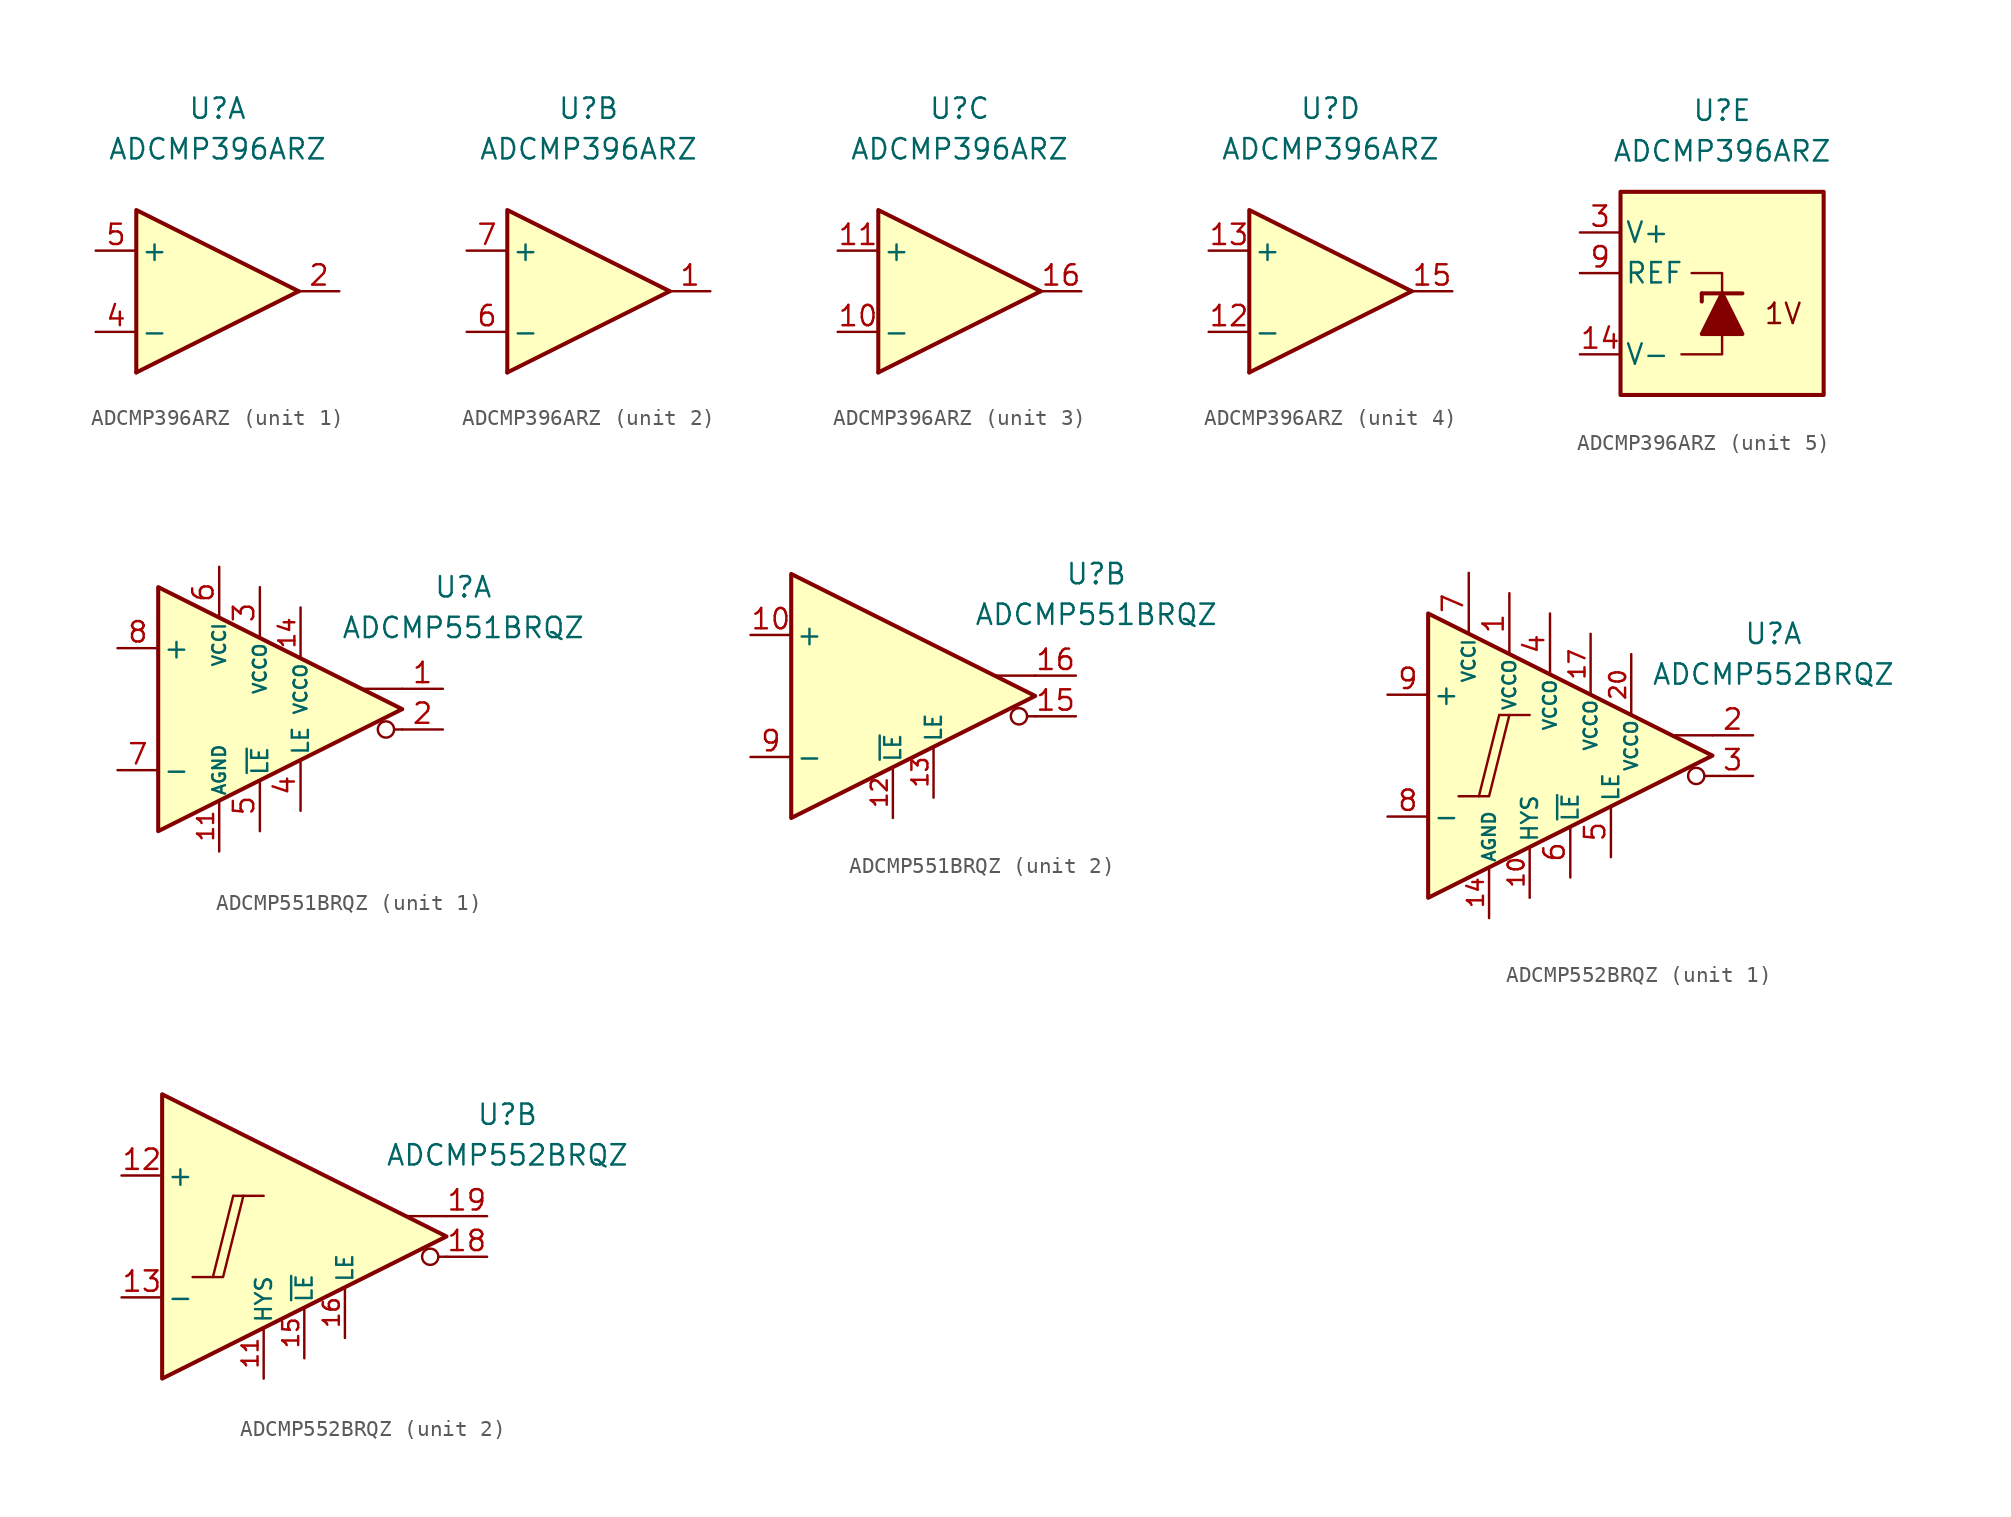
<source format=kicad_sym>
(kicad_symbol_lib
  (version 20231120)
  (generator "kicad_symbol_editor")
  (generator_version "8.0")
  (symbol "ADCMP396ARZ"
    (pin_names
      (offset 0.254))
    (property "Reference" "U"
      (at 0 11.43 0)
      (effects (font (size 1.27 1.27))))
    (property "Value" "ADCMP396ARZ"
      (at 0 8.89 0)
      (effects (font (size 1.27 1.27))))
    (property "ki_locked" ""
      (at 0 0 0)
      (effects (font (size 1.27 1.27))))
    (symbol "ADCMP396ARZ_1_0"
      (polyline (pts (xy 5.08 0) (xy -5.08 -5.08)) (stroke (width 0.254) (type default)) (fill (type none)))
      (polyline (pts (xy 5.08 0) (xy -5.08 5.08) (xy -5.08 -5.08)) (stroke (width 0.254) (type default)) (fill (type background))))
    (symbol "ADCMP396ARZ_1_1"
      (pin output line (at 7.62 0 180) (length 2.54) (name "~" (effects (font (size 1.27 1.27)))) (number "2" (effects (font (size 1.27 1.27)))))
      (pin input line (at -7.62 -2.54 0) (length 2.54) (name "-" (effects (font (size 1.27 1.27)))) (number "4" (effects (font (size 1.27 1.27)))))
      (pin input line (at -7.62 2.54 0) (length 2.54) (name "+" (effects (font (size 1.27 1.27)))) (number "5" (effects (font (size 1.27 1.27)))))
      (pin free line (at -3.81 0 0) (length 2.54) hide (name "NC" (effects (font (size 1.27 1.27)))) (number "8" (effects (font (size 1.27 1.27))))))
    (symbol "ADCMP396ARZ_2_0"
      (polyline (pts (xy 5.08 0) (xy -5.08 -5.08)) (stroke (width 0.254) (type default)) (fill (type none)))
      (polyline (pts (xy 5.08 0) (xy -5.08 5.08) (xy -5.08 -5.08)) (stroke (width 0.254) (type default)) (fill (type background))))
    (symbol "ADCMP396ARZ_2_1"
      (pin output line (at 7.62 0 180) (length 2.54) (name "~" (effects (font (size 1.27 1.27)))) (number "1" (effects (font (size 1.27 1.27)))))
      (pin input line (at -7.62 -2.54 0) (length 2.54) (name "-" (effects (font (size 1.27 1.27)))) (number "6" (effects (font (size 1.27 1.27)))))
      (pin input line (at -7.62 2.54 0) (length 2.54) (name "+" (effects (font (size 1.27 1.27)))) (number "7" (effects (font (size 1.27 1.27))))))
    (symbol "ADCMP396ARZ_3_0"
      (polyline (pts (xy 5.08 0) (xy -5.08 -5.08)) (stroke (width 0.254) (type default)) (fill (type none)))
      (polyline (pts (xy 5.08 0) (xy -5.08 5.08) (xy -5.08 -5.08)) (stroke (width 0.254) (type default)) (fill (type background))))
    (symbol "ADCMP396ARZ_3_1"
      (pin input line (at -7.62 -2.54 0) (length 2.54) (name "-" (effects (font (size 1.27 1.27)))) (number "10" (effects (font (size 1.27 1.27)))))
      (pin input line (at -7.62 2.54 0) (length 2.54) (name "+" (effects (font (size 1.27 1.27)))) (number "11" (effects (font (size 1.27 1.27)))))
      (pin output line (at 7.62 0 180) (length 2.54) (name "~" (effects (font (size 1.27 1.27)))) (number "16" (effects (font (size 1.27 1.27))))))
    (symbol "ADCMP396ARZ_4_0"
      (polyline (pts (xy 5.08 0) (xy -5.08 -5.08)) (stroke (width 0.254) (type default)) (fill (type none)))
      (polyline (pts (xy 5.08 0) (xy -5.08 5.08) (xy -5.08 -5.08)) (stroke (width 0.254) (type default)) (fill (type background))))
    (symbol "ADCMP396ARZ_4_1"
      (pin input line (at -7.62 -2.54 0) (length 2.54) (name "-" (effects (font (size 1.27 1.27)))) (number "12" (effects (font (size 1.27 1.27)))))
      (pin input line (at -7.62 2.54 0) (length 2.54) (name "+" (effects (font (size 1.27 1.27)))) (number "13" (effects (font (size 1.27 1.27)))))
      (pin output line (at 7.62 0 180) (length 2.54) (name "~" (effects (font (size 1.27 1.27)))) (number "15" (effects (font (size 1.27 1.27))))))
    (symbol "ADCMP396ARZ_5_0"
      (rectangle (start -6.35 6.35) (end 6.35 -6.35) (stroke (width 0.254) (type default)) (fill (type background)))
      (polyline (pts (xy 0 -2.54) (xy 0 -3.81) (xy -2.54 -3.81)) (stroke (width 0.152) (type default)) (fill (type none)))
      (polyline (pts (xy 0 0) (xy 0 1.27) (xy -1.905 1.27)) (stroke (width 0.152) (type default)) (fill (type none)))
      (text "1V" (at 3.81 -1.27 0) (effects (font (size 1.27 1.27)))))
    (symbol "ADCMP396ARZ_5_1"
      (polyline (pts (xy -1.27 0) (xy -1.27 -0.508)) (stroke (width 0.254) (type default)) (fill (type none)))
      (polyline (pts (xy -1.27 0) (xy 1.27 0)) (stroke (width 0.254) (type default)) (fill (type none)))
      (polyline (pts (xy 1.27 -2.54) (xy -1.27 -2.54) (xy 0 0) (xy 1.27 -2.54)) (stroke (width 0.254) (type default)) (fill (type outline)))
      (pin power_in line (at -8.89 -3.81 0) (length 2.54) (name "V-" (effects (font (size 1.27 1.27)))) (number "14" (effects (font (size 1.27 1.27)))))
      (pin power_in line (at -8.89 3.81 0) (length 2.54) (name "V+" (effects (font (size 1.27 1.27)))) (number "3" (effects (font (size 1.27 1.27)))))
      (pin output line (at -8.89 1.27 0) (length 2.54) (name "REF" (effects (font (size 1.27 1.27)))) (number "9" (effects (font (size 1.27 1.27)))))))
  (symbol "ADCMP551BRQZ"
    (pin_names
      (offset 0.254))
    (property "Reference" "U"
      (at 12.7 7.62 0)
      (effects (font (size 1.27 1.27))))
    (property "Value" "ADCMP551BRQZ"
      (at 12.7 5.08 0)
      (effects (font (size 1.27 1.27))))
    (property "ki_locked" ""
      (at 0 0 0)
      (effects (font (size 1.27 1.27))))
    (symbol "ADCMP551BRQZ_1_0"
      (polyline (pts (xy 8.89 -1.27) (xy 8.382 -1.27)) (stroke (width 0.152) (type default)) (fill (type none)))
      (polyline (pts (xy 8.89 1.27) (xy 6.35 1.27)) (stroke (width 0.152) (type default)) (fill (type none)))
      (polyline (pts (xy 8.89 0) (xy -6.35 7.62) (xy -6.35 -7.62) (xy 8.89 0)) (stroke (width 0.254) (type default)) (fill (type background)))
      (circle (center 7.874 -1.27) (radius 0.508) (stroke (width 0.152) (type default)) (fill (type none))))
    (symbol "ADCMP551BRQZ_1_1"
      (pin output line (at 11.43 1.27 180) (length 2.54) (name "~" (effects (font (size 1.27 1.27)))) (number "1" (effects (font (size 1.27 1.27)))))
      (pin power_in line (at -2.54 -8.89 90) (length 3.18) (name "AGND" (effects (font (size 0.8 0.8)))) (number "11" (effects (font (size 1 1)))))
      (pin power_in line (at 2.54 6.35 270) (length 3.18) (name "VCCO" (effects (font (size 0.8 0.8)))) (number "14" (effects (font (size 1 1)))))
      (pin output line (at 11.43 -1.27 180) (length 2.54) (name "~" (effects (font (size 1.27 1.27)))) (number "2" (effects (font (size 1.27 1.27)))))
      (pin power_in line (at 0 7.62 270) (length 3.18) (name "VCCO" (effects (font (size 0.8 0.8)))) (number "3" (effects (font (size 1.27 1.27)))))
      (pin input line (at 2.54 -6.35 90) (length 3.18) (name "LE" (effects (font (size 1 1)))) (number "4" (effects (font (size 1.27 1.27)))))
      (pin input line (at 0 -7.62 90) (length 3.18) (name "~{LE}" (effects (font (size 1 1)))) (number "5" (effects (font (size 1.27 1.27)))))
      (pin power_in line (at -2.54 8.89 270) (length 3.18) (name "VCCI" (effects (font (size 0.8 0.8)))) (number "6" (effects (font (size 1.27 1.27)))))
      (pin input line (at -8.89 -3.81 0) (length 2.54) (name "-" (effects (font (size 1.27 1.27)))) (number "7" (effects (font (size 1.27 1.27)))))
      (pin input line (at -8.89 3.81 0) (length 2.54) (name "+" (effects (font (size 1.27 1.27)))) (number "8" (effects (font (size 1.27 1.27))))))
    (symbol "ADCMP551BRQZ_2_0"
      (polyline (pts (xy 8.89 -1.27) (xy 8.382 -1.27)) (stroke (width 0.152) (type default)) (fill (type none)))
      (polyline (pts (xy 8.89 1.27) (xy 6.35 1.27)) (stroke (width 0.152) (type default)) (fill (type none)))
      (polyline (pts (xy 8.89 0) (xy -6.35 7.62) (xy -6.35 -7.62) (xy 8.89 0)) (stroke (width 0.254) (type default)) (fill (type background)))
      (circle (center 7.874 -1.27) (radius 0.508) (stroke (width 0.152) (type default)) (fill (type none))))
    (symbol "ADCMP551BRQZ_2_1"
      (pin input line (at -8.89 3.81 0) (length 2.54) (name "+" (effects (font (size 1.27 1.27)))) (number "10" (effects (font (size 1.27 1.27)))))
      (pin input line (at 0 -7.62 90) (length 3.18) (name "~{LE}" (effects (font (size 1 1)))) (number "12" (effects (font (size 1 1)))))
      (pin input line (at 2.54 -6.35 90) (length 3.18) (name "LE" (effects (font (size 1 1)))) (number "13" (effects (font (size 1 1)))))
      (pin output line (at 11.43 -1.27 180) (length 2.54) (name "~" (effects (font (size 1.27 1.27)))) (number "15" (effects (font (size 1.27 1.27)))))
      (pin output line (at 11.43 1.27 180) (length 2.54) (name "~" (effects (font (size 1.27 1.27)))) (number "16" (effects (font (size 1.27 1.27)))))
      (pin input line (at -8.89 -3.81 0) (length 2.54) (name "-" (effects (font (size 1.27 1.27)))) (number "9" (effects (font (size 1.27 1.27)))))))
  (symbol "ADCMP552BRQZ"
    (pin_names
      (offset 0.254))
    (property "Reference" "U"
      (at 12.7 7.62 0)
      (effects (font (size 1.27 1.27))))
    (property "Value" "ADCMP552BRQZ"
      (at 12.7 5.08 0)
      (effects (font (size 1.27 1.27))))
    (property "ki_locked" ""
      (at 0 0 0)
      (effects (font (size 1.27 1.27))))
    (symbol "ADCMP552BRQZ_0_0"
      (polyline (pts (xy -6.985 -2.54) (xy -5.715 -2.54)) (stroke (width 0.152) (type default)) (fill (type none)))
      (polyline (pts (xy -4.445 2.54) (xy -2.54 2.54)) (stroke (width 0.152) (type default)) (fill (type none)))
      (polyline (pts (xy -4.445 2.54) (xy -5.715 -2.54) (xy -5.08 -2.54) (xy -3.81 2.54)) (stroke (width 0.152) (type default)) (fill (type none))))
    (symbol "ADCMP552BRQZ_1_0"
      (polyline (pts (xy 8.89 -1.27) (xy 8.382 -1.27)) (stroke (width 0.152) (type default)) (fill (type none)))
      (polyline (pts (xy 8.89 1.27) (xy 6.35 1.27)) (stroke (width 0.152) (type default)) (fill (type none)))
      (polyline (pts (xy 8.89 0) (xy -8.89 8.89) (xy -8.89 -8.89) (xy 8.89 0)) (stroke (width 0.254) (type default)) (fill (type background)))
      (circle (center 7.874 -1.27) (radius 0.508) (stroke (width 0.152) (type default)) (fill (type none))))
    (symbol "ADCMP552BRQZ_1_1"
      (pin power_in line (at -3.81 10.16 270) (length 3.81) (name "VCCO" (effects (font (size 0.8 0.8)))) (number "1" (effects (font (size 1.27 1.27)))))
      (pin passive line (at -2.54 -8.89 90) (length 3.18) (name "HYS" (effects (font (size 1 1)))) (number "10" (effects (font (size 1 1)))))
      (pin power_in line (at -5.08 -10.16 90) (length 3.18) (name "AGND" (effects (font (size 0.8 0.8)))) (number "14" (effects (font (size 1 1)))))
      (pin power_in line (at 1.27 7.62 270) (length 3.81) (name "VCCO" (effects (font (size 0.8 0.8)))) (number "17" (effects (font (size 1 1)))))
      (pin output line (at 11.43 1.27 180) (length 2.54) (name "~" (effects (font (size 1.27 1.27)))) (number "2" (effects (font (size 1.27 1.27)))))
      (pin power_in line (at 3.81 6.35 270) (length 3.81) (name "VCCO" (effects (font (size 0.8 0.8)))) (number "20" (effects (font (size 1 1)))))
      (pin output line (at 11.43 -1.27 180) (length 2.54) (name "~" (effects (font (size 1.27 1.27)))) (number "3" (effects (font (size 1.27 1.27)))))
      (pin power_in line (at -1.27 8.89 270) (length 3.81) (name "VCCO" (effects (font (size 0.8 0.8)))) (number "4" (effects (font (size 1.27 1.27)))))
      (pin input line (at 2.54 -6.35 90) (length 3.18) (name "LE" (effects (font (size 1 1)))) (number "5" (effects (font (size 1.27 1.27)))))
      (pin input line (at 0 -7.62 90) (length 3.18) (name "~{LE}" (effects (font (size 1 1)))) (number "6" (effects (font (size 1.27 1.27)))))
      (pin power_in line (at -6.35 11.43 270) (length 3.81) (name "VCCI" (effects (font (size 0.8 0.8)))) (number "7" (effects (font (size 1.27 1.27)))))
      (pin input line (at -11.43 -3.81 0) (length 2.54) (name "-" (effects (font (size 1.27 1.27)))) (number "8" (effects (font (size 1.27 1.27)))))
      (pin input line (at -11.43 3.81 0) (length 2.54) (name "+" (effects (font (size 1.27 1.27)))) (number "9" (effects (font (size 1.27 1.27))))))
    (symbol "ADCMP552BRQZ_2_0"
      (polyline (pts (xy 8.89 -1.27) (xy 8.382 -1.27)) (stroke (width 0.152) (type default)) (fill (type none)))
      (polyline (pts (xy 8.89 1.27) (xy 6.35 1.27)) (stroke (width 0.152) (type default)) (fill (type none)))
      (polyline (pts (xy 8.89 0) (xy -8.89 8.89) (xy -8.89 -8.89) (xy 8.89 0)) (stroke (width 0.254) (type default)) (fill (type background)))
      (circle (center 7.874 -1.27) (radius 0.508) (stroke (width 0.152) (type default)) (fill (type none))))
    (symbol "ADCMP552BRQZ_2_1"
      (pin passive line (at -2.54 -8.89 90) (length 3.18) (name "HYS" (effects (font (size 1 1)))) (number "11" (effects (font (size 1 1)))))
      (pin input line (at -11.43 3.81 0) (length 2.54) (name "+" (effects (font (size 1.27 1.27)))) (number "12" (effects (font (size 1.27 1.27)))))
      (pin input line (at -11.43 -3.81 0) (length 2.54) (name "-" (effects (font (size 1.27 1.27)))) (number "13" (effects (font (size 1.27 1.27)))))
      (pin input line (at 0 -7.62 90) (length 3.18) (name "~{LE}" (effects (font (size 1 1)))) (number "15" (effects (font (size 1 1)))))
      (pin input line (at 2.54 -6.35 90) (length 3.18) (name "LE" (effects (font (size 1 1)))) (number "16" (effects (font (size 1 1)))))
      (pin output line (at 11.43 -1.27 180) (length 2.54) (name "~" (effects (font (size 1.27 1.27)))) (number "18" (effects (font (size 1.27 1.27)))))
      (pin output line (at 11.43 1.27 180) (length 2.54) (name "~" (effects (font (size 1.27 1.27)))) (number "19" (effects (font (size 1.27 1.27))))))))
</source>
